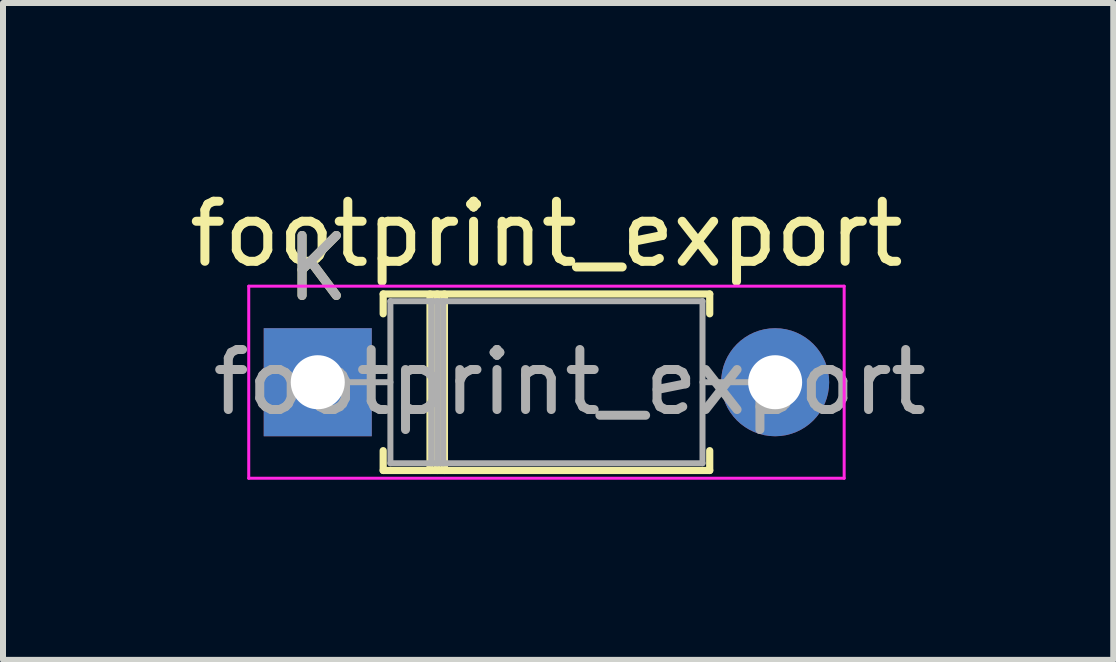
<source format=kicad_pcb>
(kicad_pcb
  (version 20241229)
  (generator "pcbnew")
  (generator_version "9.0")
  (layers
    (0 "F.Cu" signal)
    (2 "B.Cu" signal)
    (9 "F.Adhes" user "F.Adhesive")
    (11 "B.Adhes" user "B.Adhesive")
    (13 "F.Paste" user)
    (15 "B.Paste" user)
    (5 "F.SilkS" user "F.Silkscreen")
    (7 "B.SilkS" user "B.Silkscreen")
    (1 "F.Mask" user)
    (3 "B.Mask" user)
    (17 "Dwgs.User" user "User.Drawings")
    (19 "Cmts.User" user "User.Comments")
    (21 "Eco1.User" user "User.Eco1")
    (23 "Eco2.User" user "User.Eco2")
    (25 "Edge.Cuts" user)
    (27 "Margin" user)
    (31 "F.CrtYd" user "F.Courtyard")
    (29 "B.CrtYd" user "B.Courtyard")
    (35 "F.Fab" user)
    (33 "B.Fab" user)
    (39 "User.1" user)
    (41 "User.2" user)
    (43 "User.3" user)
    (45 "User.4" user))
  (footprint "footprint_export"
    (layer "F.Cu")
    (at 2.244 3.318)
    (property "Reference" "footprint_export" (at 3.81 -2.47 0) (layer "F.SilkS") (effects (font (size 1 1) (thickness 0.15))))
    (attr through_hole)
    (fp_line (start 1.09 -1.47) (end 6.53 -1.47) (stroke (width 0.12) (type solid)) (layer "F.SilkS"))
    (fp_line (start 1.09 -1.14) (end 1.09 -1.47) (stroke (width 0.12) (type solid)) (layer "F.SilkS"))
    (fp_line (start 1.09 1.14) (end 1.09 1.47) (stroke (width 0.12) (type solid)) (layer "F.SilkS"))
    (fp_line (start 1.09 1.47) (end 6.53 1.47) (stroke (width 0.12) (type solid)) (layer "F.SilkS"))
    (fp_line (start 1.87 -1.47) (end 1.87 1.47) (stroke (width 0.12) (type solid)) (layer "F.SilkS"))
    (fp_line (start 1.99 -1.47) (end 1.99 1.47) (stroke (width 0.12) (type solid)) (layer "F.SilkS"))
    (fp_line (start 2.11 -1.47) (end 2.11 1.47) (stroke (width 0.12) (type solid)) (layer "F.SilkS"))
    (fp_line (start 6.53 -1.47) (end 6.53 -1.14) (stroke (width 0.12) (type solid)) (layer "F.SilkS"))
    (fp_line (start 6.53 1.47) (end 6.53 1.14) (stroke (width 0.12) (type solid)) (layer "F.SilkS"))
    (fp_line (start -1.15 -1.6) (end -1.15 1.6) (stroke (width 0.05) (type solid)) (layer "F.CrtYd"))
    (fp_line (start -1.15 1.6) (end 8.77 1.6) (stroke (width 0.05) (type solid)) (layer "F.CrtYd"))
    (fp_line (start 8.77 -1.6) (end -1.15 -1.6) (stroke (width 0.05) (type solid)) (layer "F.CrtYd"))
    (fp_line (start 8.77 1.6) (end 8.77 -1.6) (stroke (width 0.05) (type solid)) (layer "F.CrtYd"))
    (fp_line (start 0 0) (end 1.21 0) (stroke (width 0.1) (type solid)) (layer "F.Fab"))
    (fp_line (start 1.21 -1.35) (end 1.21 1.35) (stroke (width 0.1) (type solid)) (layer "F.Fab"))
    (fp_line (start 1.21 1.35) (end 6.41 1.35) (stroke (width 0.1) (type solid)) (layer "F.Fab"))
    (fp_line (start 1.89 -1.35) (end 1.89 1.35) (stroke (width 0.1) (type solid)) (layer "F.Fab"))
    (fp_line (start 1.99 -1.35) (end 1.99 1.35) (stroke (width 0.1) (type solid)) (layer "F.Fab"))
    (fp_line (start 2.09 -1.35) (end 2.09 1.35) (stroke (width 0.1) (type solid)) (layer "F.Fab"))
    (fp_line (start 6.41 -1.35) (end 1.21 -1.35) (stroke (width 0.1) (type solid)) (layer "F.Fab"))
    (fp_line (start 6.41 1.35) (end 6.41 -1.35) (stroke (width 0.1) (type solid)) (layer "F.Fab"))
    (fp_line (start 7.62 0) (end 6.41 0) (stroke (width 0.1) (type solid)) (layer "F.Fab"))
    (fp_text user "K" (at 0 -1.9 0) (layer "F.SilkS") (effects (font (size 1 1) (thickness 0.15))))
    (fp_text user "${REFERENCE}" (at 4.2 0 0) (layer "F.Fab") (effects (font (size 1 1) (thickness 0.15))))
    (fp_text user "K" (at 0 -1.9 0) (layer "F.Fab") (effects (font (size 1 1) (thickness 0.15))))
    (pad "1" thru_hole rect (at 0 0) (size 1.8 1.8) (drill 0.9) (layers "*.Cu" "*.Mask"))
    (pad "2" thru_hole oval (at 7.62 0) (size 1.8 1.8) (drill 0.9) (layers "*.Cu" "*.Mask")))
  (gr_rect
    (start -3 -3)
    (end 15.497 7.943)
    (stroke (width 0.1) (type default))
    (fill no)
    (layer "Edge.Cuts")))
</source>
